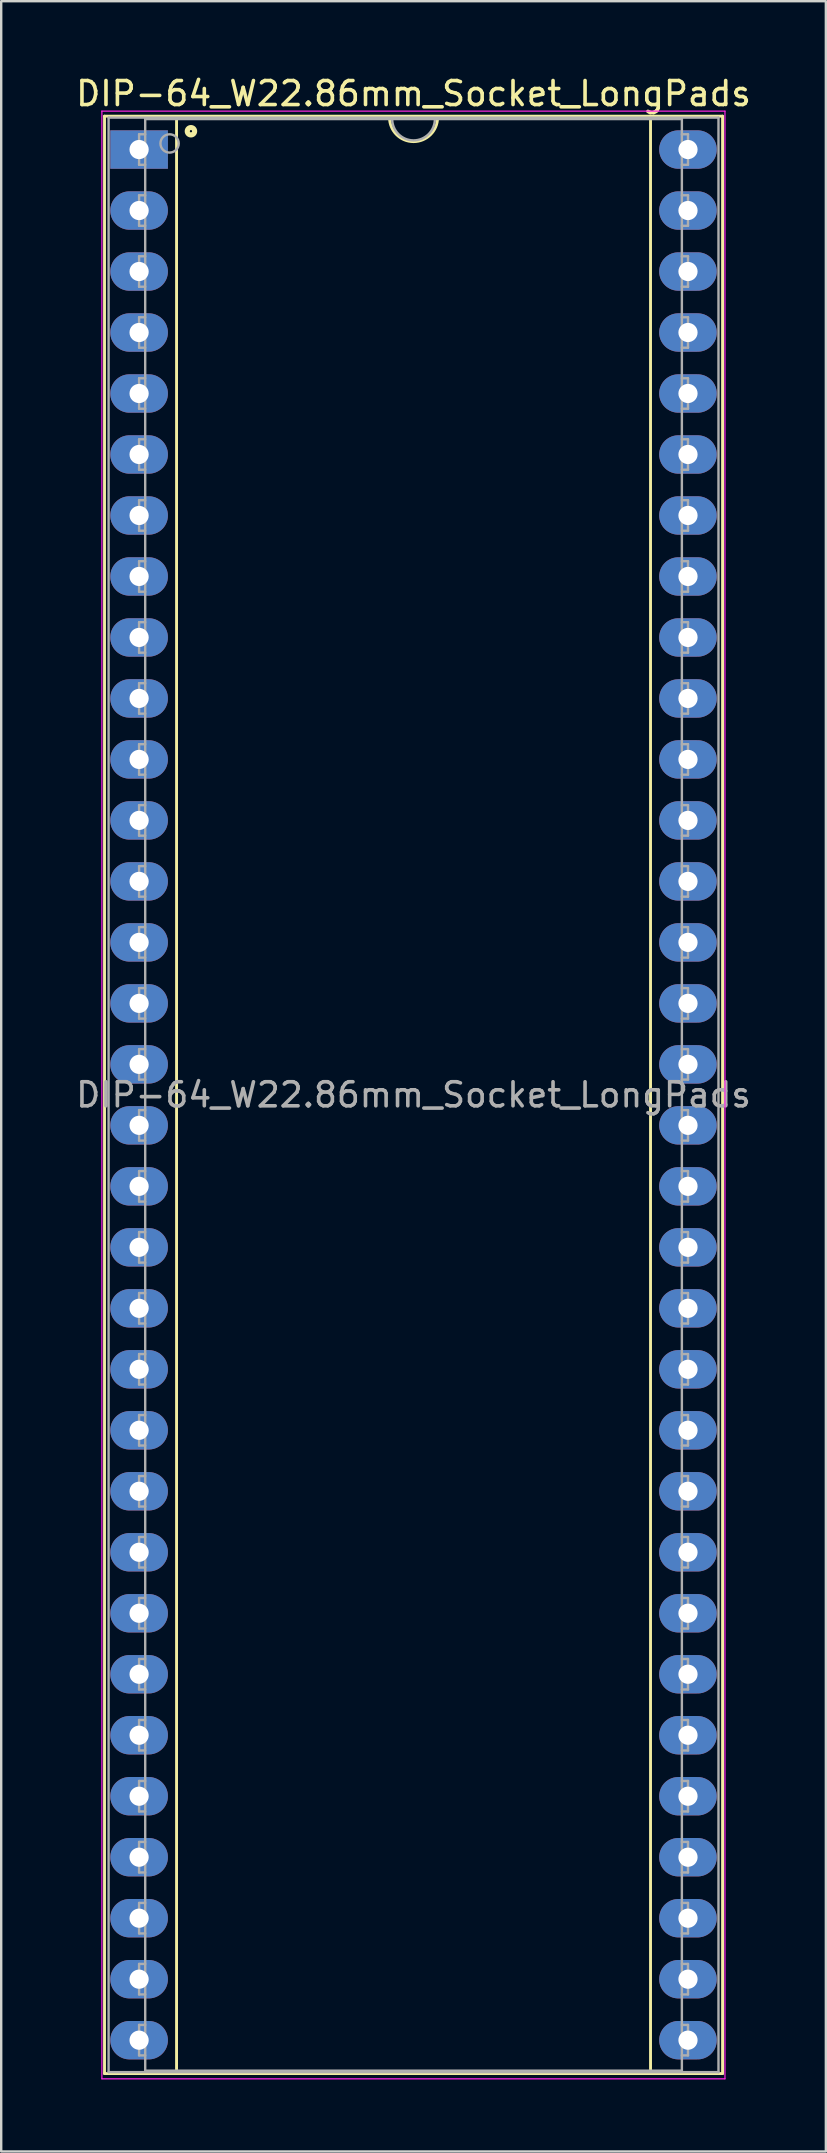
<source format=kicad_pcb>
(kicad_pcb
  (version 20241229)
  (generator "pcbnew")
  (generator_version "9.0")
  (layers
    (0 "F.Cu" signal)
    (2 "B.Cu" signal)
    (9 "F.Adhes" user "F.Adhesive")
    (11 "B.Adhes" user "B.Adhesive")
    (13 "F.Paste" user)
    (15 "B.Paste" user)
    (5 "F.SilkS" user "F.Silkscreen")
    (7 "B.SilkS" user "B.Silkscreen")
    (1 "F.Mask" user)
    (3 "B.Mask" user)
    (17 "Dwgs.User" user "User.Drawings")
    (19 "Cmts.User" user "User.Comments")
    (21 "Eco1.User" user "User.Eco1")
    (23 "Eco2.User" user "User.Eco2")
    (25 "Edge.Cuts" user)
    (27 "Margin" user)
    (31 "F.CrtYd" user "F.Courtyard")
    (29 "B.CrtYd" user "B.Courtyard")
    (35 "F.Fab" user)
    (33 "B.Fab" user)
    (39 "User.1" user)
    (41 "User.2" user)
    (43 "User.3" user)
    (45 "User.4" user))
  (footprint "DIP-64_W22.86mm_Socket_LongPads"
    (layer "F.Cu")
    (at 2.743 3.178)
    (property "Reference" "DIP-64_W22.86mm_Socket_LongPads" (at 11.43 -2.33 0) (layer "F.SilkS") (effects (font (size 1 1) (thickness 0.15))))
    (attr through_hole)
    (fp_line (start -1.44 -1.39) (end -1.44 80.13) (stroke (width 0.12) (type solid)) (layer "F.SilkS"))
    (fp_line (start -1.44 80.13) (end 24.3 80.13) (stroke (width 0.12) (type solid)) (layer "F.SilkS"))
    (fp_line (start 1.56 -1.33) (end 1.56 80.07) (stroke (width 0.12) (type solid)) (layer "F.SilkS"))
    (fp_line (start 1.56 80.07) (end 21.3 80.07) (stroke (width 0.12) (type solid)) (layer "F.SilkS"))
    (fp_line (start 10.43 -1.33) (end 1.56 -1.33) (stroke (width 0.12) (type solid)) (layer "F.SilkS"))
    (fp_line (start 21.3 -1.33) (end 12.43 -1.33) (stroke (width 0.12) (type solid)) (layer "F.SilkS"))
    (fp_line (start 21.3 80.07) (end 21.3 -1.33) (stroke (width 0.12) (type solid)) (layer "F.SilkS"))
    (fp_line (start 24.3 -1.39) (end -1.44 -1.39) (stroke (width 0.12) (type solid)) (layer "F.SilkS"))
    (fp_line (start 24.3 80.13) (end 24.3 -1.39) (stroke (width 0.12) (type solid)) (layer "F.SilkS"))
    (fp_arc (start 12.43 -1.33) (mid 11.43 -0.33) (end 10.43 -1.33) (stroke (width 0.12) (type solid)) (layer "F.SilkS"))
    (fp_circle (center 2.159 -0.762) (end 2.209 -0.762) (stroke (width 0.12) (type solid)) (fill no) (layer "F.SilkS"))
    (fp_circle (center 2.159 -0.762) (end 2.284 -0.762) (stroke (width 0.12) (type solid)) (fill no) (layer "F.SilkS"))
    (fp_circle (center 2.159 -0.762) (end 2.359 -0.762) (stroke (width 0.12) (type solid)) (fill no) (layer "F.SilkS"))
    (fp_line (start -1.55 -1.6) (end -1.55 80.35) (stroke (width 0.05) (type solid)) (layer "F.CrtYd"))
    (fp_line (start -1.55 80.35) (end 24.4 80.35) (stroke (width 0.05) (type solid)) (layer "F.CrtYd"))
    (fp_line (start 24.4 -1.6) (end -1.55 -1.6) (stroke (width 0.05) (type solid)) (layer "F.CrtYd"))
    (fp_line (start 24.4 80.35) (end 24.4 -1.6) (stroke (width 0.05) (type solid)) (layer "F.CrtYd"))
    (fp_line (start -1.27 -1.33) (end -1.27 80.07) (stroke (width 0.1) (type solid)) (layer "F.Fab"))
    (fp_line (start -1.27 80.07) (end 24.13 80.07) (stroke (width 0.1) (type solid)) (layer "F.Fab"))
    (fp_line (start 0 -0.635) (end 0 0.635) (stroke (width 0.1) (type solid)) (layer "F.Fab"))
    (fp_line (start 0 -0.635) (end 0.254 -0.635) (stroke (width 0.1) (type solid)) (layer "F.Fab"))
    (fp_line (start 0 0.635) (end 0.254 0.635) (stroke (width 0.1) (type solid)) (layer "F.Fab"))
    (fp_line (start 0 1.905) (end 0 3.175) (stroke (width 0.1) (type solid)) (layer "F.Fab"))
    (fp_line (start 0 1.905) (end 0.254 1.905) (stroke (width 0.1) (type solid)) (layer "F.Fab"))
    (fp_line (start 0 3.175) (end 0.254 3.175) (stroke (width 0.1) (type solid)) (layer "F.Fab"))
    (fp_line (start 0 4.445) (end 0 5.715) (stroke (width 0.1) (type solid)) (layer "F.Fab"))
    (fp_line (start 0 4.445) (end 0.254 4.445) (stroke (width 0.1) (type solid)) (layer "F.Fab"))
    (fp_line (start 0 5.715) (end 0.254 5.715) (stroke (width 0.1) (type solid)) (layer "F.Fab"))
    (fp_line (start 0 6.985) (end 0 8.255) (stroke (width 0.1) (type solid)) (layer "F.Fab"))
    (fp_line (start 0 6.985) (end 0.254 6.985) (stroke (width 0.1) (type solid)) (layer "F.Fab"))
    (fp_line (start 0 8.255) (end 0.254 8.255) (stroke (width 0.1) (type solid)) (layer "F.Fab"))
    (fp_line (start 0 9.525) (end 0 10.795) (stroke (width 0.1) (type solid)) (layer "F.Fab"))
    (fp_line (start 0 9.525) (end 0.254 9.525) (stroke (width 0.1) (type solid)) (layer "F.Fab"))
    (fp_line (start 0 10.795) (end 0.254 10.795) (stroke (width 0.1) (type solid)) (layer "F.Fab"))
    (fp_line (start 0 12.065) (end 0 13.335) (stroke (width 0.1) (type solid)) (layer "F.Fab"))
    (fp_line (start 0 12.065) (end 0.254 12.065) (stroke (width 0.1) (type solid)) (layer "F.Fab"))
    (fp_line (start 0 13.335) (end 0.254 13.335) (stroke (width 0.1) (type solid)) (layer "F.Fab"))
    (fp_line (start 0 14.605) (end 0 15.875) (stroke (width 0.1) (type solid)) (layer "F.Fab"))
    (fp_line (start 0 14.605) (end 0.254 14.605) (stroke (width 0.1) (type solid)) (layer "F.Fab"))
    (fp_line (start 0 15.875) (end 0.254 15.875) (stroke (width 0.1) (type solid)) (layer "F.Fab"))
    (fp_line (start 0 17.145) (end 0 18.415) (stroke (width 0.1) (type solid)) (layer "F.Fab"))
    (fp_line (start 0 17.145) (end 0.254 17.145) (stroke (width 0.1) (type solid)) (layer "F.Fab"))
    (fp_line (start 0 18.415) (end 0.254 18.415) (stroke (width 0.1) (type solid)) (layer "F.Fab"))
    (fp_line (start 0 19.685) (end 0 20.955) (stroke (width 0.1) (type solid)) (layer "F.Fab"))
    (fp_line (start 0 19.685) (end 0.254 19.685) (stroke (width 0.1) (type solid)) (layer "F.Fab"))
    (fp_line (start 0 20.955) (end 0.254 20.955) (stroke (width 0.1) (type solid)) (layer "F.Fab"))
    (fp_line (start 0 22.225) (end 0 23.495) (stroke (width 0.1) (type solid)) (layer "F.Fab"))
    (fp_line (start 0 22.225) (end 0.254 22.225) (stroke (width 0.1) (type solid)) (layer "F.Fab"))
    (fp_line (start 0 23.495) (end 0.254 23.495) (stroke (width 0.1) (type solid)) (layer "F.Fab"))
    (fp_line (start 0 24.765) (end 0 26.035) (stroke (width 0.1) (type solid)) (layer "F.Fab"))
    (fp_line (start 0 24.765) (end 0.254 24.765) (stroke (width 0.1) (type solid)) (layer "F.Fab"))
    (fp_line (start 0 26.035) (end 0.254 26.035) (stroke (width 0.1) (type solid)) (layer "F.Fab"))
    (fp_line (start 0 27.305) (end 0 28.575) (stroke (width 0.1) (type solid)) (layer "F.Fab"))
    (fp_line (start 0 27.305) (end 0.254 27.305) (stroke (width 0.1) (type solid)) (layer "F.Fab"))
    (fp_line (start 0 28.575) (end 0.254 28.575) (stroke (width 0.1) (type solid)) (layer "F.Fab"))
    (fp_line (start 0 29.845) (end 0 31.115) (stroke (width 0.1) (type solid)) (layer "F.Fab"))
    (fp_line (start 0 29.845) (end 0.254 29.845) (stroke (width 0.1) (type solid)) (layer "F.Fab"))
    (fp_line (start 0 31.115) (end 0.254 31.115) (stroke (width 0.1) (type solid)) (layer "F.Fab"))
    (fp_line (start 0 32.385) (end 0 33.655) (stroke (width 0.1) (type solid)) (layer "F.Fab"))
    (fp_line (start 0 32.385) (end 0.254 32.385) (stroke (width 0.1) (type solid)) (layer "F.Fab"))
    (fp_line (start 0 33.655) (end 0.254 33.655) (stroke (width 0.1) (type solid)) (layer "F.Fab"))
    (fp_line (start 0 34.925) (end 0 36.195) (stroke (width 0.1) (type solid)) (layer "F.Fab"))
    (fp_line (start 0 34.925) (end 0.254 34.925) (stroke (width 0.1) (type solid)) (layer "F.Fab"))
    (fp_line (start 0 36.195) (end 0.254 36.195) (stroke (width 0.1) (type solid)) (layer "F.Fab"))
    (fp_line (start 0 37.465) (end 0 38.735) (stroke (width 0.1) (type solid)) (layer "F.Fab"))
    (fp_line (start 0 37.465) (end 0.254 37.465) (stroke (width 0.1) (type solid)) (layer "F.Fab"))
    (fp_line (start 0 38.735) (end 0.254 38.735) (stroke (width 0.1) (type solid)) (layer "F.Fab"))
    (fp_line (start 0 40.005) (end 0 41.275) (stroke (width 0.1) (type solid)) (layer "F.Fab"))
    (fp_line (start 0 40.005) (end 0.254 40.005) (stroke (width 0.1) (type solid)) (layer "F.Fab"))
    (fp_line (start 0 41.275) (end 0.254 41.275) (stroke (width 0.1) (type solid)) (layer "F.Fab"))
    (fp_line (start 0 42.545) (end 0 43.815) (stroke (width 0.1) (type solid)) (layer "F.Fab"))
    (fp_line (start 0 42.545) (end 0.254 42.545) (stroke (width 0.1) (type solid)) (layer "F.Fab"))
    (fp_line (start 0 43.815) (end 0.254 43.815) (stroke (width 0.1) (type solid)) (layer "F.Fab"))
    (fp_line (start 0 45.085) (end 0 46.355) (stroke (width 0.1) (type solid)) (layer "F.Fab"))
    (fp_line (start 0 45.085) (end 0.254 45.085) (stroke (width 0.1) (type solid)) (layer "F.Fab"))
    (fp_line (start 0 46.355) (end 0.254 46.355) (stroke (width 0.1) (type solid)) (layer "F.Fab"))
    (fp_line (start 0 47.625) (end 0 48.895) (stroke (width 0.1) (type solid)) (layer "F.Fab"))
    (fp_line (start 0 47.625) (end 0.254 47.625) (stroke (width 0.1) (type solid)) (layer "F.Fab"))
    (fp_line (start 0 48.895) (end 0.254 48.895) (stroke (width 0.1) (type solid)) (layer "F.Fab"))
    (fp_line (start 0 50.165) (end 0 51.435) (stroke (width 0.1) (type solid)) (layer "F.Fab"))
    (fp_line (start 0 50.165) (end 0.254 50.165) (stroke (width 0.1) (type solid)) (layer "F.Fab"))
    (fp_line (start 0 51.435) (end 0.254 51.435) (stroke (width 0.1) (type solid)) (layer "F.Fab"))
    (fp_line (start 0 52.705) (end 0 53.975) (stroke (width 0.1) (type solid)) (layer "F.Fab"))
    (fp_line (start 0 52.705) (end 0.254 52.705) (stroke (width 0.1) (type solid)) (layer "F.Fab"))
    (fp_line (start 0 53.975) (end 0.254 53.975) (stroke (width 0.1) (type solid)) (layer "F.Fab"))
    (fp_line (start 0 55.245) (end 0 56.515) (stroke (width 0.1) (type solid)) (layer "F.Fab"))
    (fp_line (start 0 55.245) (end 0.254 55.245) (stroke (width 0.1) (type solid)) (layer "F.Fab"))
    (fp_line (start 0 56.515) (end 0.254 56.515) (stroke (width 0.1) (type solid)) (layer "F.Fab"))
    (fp_line (start 0 57.785) (end 0 59.055) (stroke (width 0.1) (type solid)) (layer "F.Fab"))
    (fp_line (start 0 57.785) (end 0.254 57.785) (stroke (width 0.1) (type solid)) (layer "F.Fab"))
    (fp_line (start 0 59.055) (end 0.254 59.055) (stroke (width 0.1) (type solid)) (layer "F.Fab"))
    (fp_line (start 0 60.325) (end 0 61.595) (stroke (width 0.1) (type solid)) (layer "F.Fab"))
    (fp_line (start 0 60.325) (end 0.254 60.325) (stroke (width 0.1) (type solid)) (layer "F.Fab"))
    (fp_line (start 0 61.595) (end 0.254 61.595) (stroke (width 0.1) (type solid)) (layer "F.Fab"))
    (fp_line (start 0 62.865) (end 0 64.135) (stroke (width 0.1) (type solid)) (layer "F.Fab"))
    (fp_line (start 0 62.865) (end 0.254 62.865) (stroke (width 0.1) (type solid)) (layer "F.Fab"))
    (fp_line (start 0 64.135) (end 0.254 64.135) (stroke (width 0.1) (type solid)) (layer "F.Fab"))
    (fp_line (start 0 65.405) (end 0 66.675) (stroke (width 0.1) (type solid)) (layer "F.Fab"))
    (fp_line (start 0 65.405) (end 0.254 65.405) (stroke (width 0.1) (type solid)) (layer "F.Fab"))
    (fp_line (start 0 66.675) (end 0.254 66.675) (stroke (width 0.1) (type solid)) (layer "F.Fab"))
    (fp_line (start 0 67.945) (end 0 69.215) (stroke (width 0.1) (type solid)) (layer "F.Fab"))
    (fp_line (start 0 67.945) (end 0.254 67.945) (stroke (width 0.1) (type solid)) (layer "F.Fab"))
    (fp_line (start 0 69.215) (end 0.254 69.215) (stroke (width 0.1) (type solid)) (layer "F.Fab"))
    (fp_line (start 0 70.485) (end 0 71.755) (stroke (width 0.1) (type solid)) (layer "F.Fab"))
    (fp_line (start 0 70.485) (end 0.254 70.485) (stroke (width 0.1) (type solid)) (layer "F.Fab"))
    (fp_line (start 0 71.755) (end 0.254 71.755) (stroke (width 0.1) (type solid)) (layer "F.Fab"))
    (fp_line (start 0 73.025) (end 0 74.295) (stroke (width 0.1) (type solid)) (layer "F.Fab"))
    (fp_line (start 0 73.025) (end 0.254 73.025) (stroke (width 0.1) (type solid)) (layer "F.Fab"))
    (fp_line (start 0 74.295) (end 0.254 74.295) (stroke (width 0.1) (type solid)) (layer "F.Fab"))
    (fp_line (start 0 75.565) (end 0 76.835) (stroke (width 0.1) (type solid)) (layer "F.Fab"))
    (fp_line (start 0 75.565) (end 0.254 75.565) (stroke (width 0.1) (type solid)) (layer "F.Fab"))
    (fp_line (start 0 76.835) (end 0.254 76.835) (stroke (width 0.1) (type solid)) (layer "F.Fab"))
    (fp_line (start 0 78.105) (end 0 79.375) (stroke (width 0.1) (type solid)) (layer "F.Fab"))
    (fp_line (start 0 78.105) (end 0.254 78.105) (stroke (width 0.1) (type solid)) (layer "F.Fab"))
    (fp_line (start 0 79.375) (end 0.254 79.375) (stroke (width 0.1) (type solid)) (layer "F.Fab"))
    (fp_line (start 0.254 -1.27) (end 22.605 -1.27) (stroke (width 0.1) (type solid)) (layer "F.Fab"))
    (fp_line (start 0.255 80.01) (end 0.254 -1.27) (stroke (width 0.1) (type solid)) (layer "F.Fab"))
    (fp_line (start 22.605 -1.27) (end 22.605 80.01) (stroke (width 0.1) (type solid)) (layer "F.Fab"))
    (fp_line (start 22.605 80.01) (end 0.255 80.01) (stroke (width 0.1) (type solid)) (layer "F.Fab"))
    (fp_line (start 22.86 -0.635) (end 22.606 -0.635) (stroke (width 0.1) (type solid)) (layer "F.Fab"))
    (fp_line (start 22.86 0.635) (end 22.606 0.635) (stroke (width 0.1) (type solid)) (layer "F.Fab"))
    (fp_line (start 22.86 0.635) (end 22.86 -0.635) (stroke (width 0.1) (type solid)) (layer "F.Fab"))
    (fp_line (start 22.86 1.905) (end 22.606 1.905) (stroke (width 0.1) (type solid)) (layer "F.Fab"))
    (fp_line (start 22.86 3.175) (end 22.606 3.175) (stroke (width 0.1) (type solid)) (layer "F.Fab"))
    (fp_line (start 22.86 3.175) (end 22.86 1.905) (stroke (width 0.1) (type solid)) (layer "F.Fab"))
    (fp_line (start 22.86 4.445) (end 22.606 4.445) (stroke (width 0.1) (type solid)) (layer "F.Fab"))
    (fp_line (start 22.86 5.715) (end 22.606 5.715) (stroke (width 0.1) (type solid)) (layer "F.Fab"))
    (fp_line (start 22.86 5.715) (end 22.86 4.445) (stroke (width 0.1) (type solid)) (layer "F.Fab"))
    (fp_line (start 22.86 6.985) (end 22.606 6.985) (stroke (width 0.1) (type solid)) (layer "F.Fab"))
    (fp_line (start 22.86 8.255) (end 22.606 8.255) (stroke (width 0.1) (type solid)) (layer "F.Fab"))
    (fp_line (start 22.86 8.255) (end 22.86 6.985) (stroke (width 0.1) (type solid)) (layer "F.Fab"))
    (fp_line (start 22.86 9.525) (end 22.606 9.525) (stroke (width 0.1) (type solid)) (layer "F.Fab"))
    (fp_line (start 22.86 10.795) (end 22.606 10.795) (stroke (width 0.1) (type solid)) (layer "F.Fab"))
    (fp_line (start 22.86 10.795) (end 22.86 9.525) (stroke (width 0.1) (type solid)) (layer "F.Fab"))
    (fp_line (start 22.86 12.065) (end 22.606 12.065) (stroke (width 0.1) (type solid)) (layer "F.Fab"))
    (fp_line (start 22.86 13.335) (end 22.606 13.335) (stroke (width 0.1) (type solid)) (layer "F.Fab"))
    (fp_line (start 22.86 13.335) (end 22.86 12.065) (stroke (width 0.1) (type solid)) (layer "F.Fab"))
    (fp_line (start 22.86 14.605) (end 22.606 14.605) (stroke (width 0.1) (type solid)) (layer "F.Fab"))
    (fp_line (start 22.86 15.875) (end 22.606 15.875) (stroke (width 0.1) (type solid)) (layer "F.Fab"))
    (fp_line (start 22.86 15.875) (end 22.86 14.605) (stroke (width 0.1) (type solid)) (layer "F.Fab"))
    (fp_line (start 22.86 17.145) (end 22.606 17.145) (stroke (width 0.1) (type solid)) (layer "F.Fab"))
    (fp_line (start 22.86 18.415) (end 22.606 18.415) (stroke (width 0.1) (type solid)) (layer "F.Fab"))
    (fp_line (start 22.86 18.415) (end 22.86 17.145) (stroke (width 0.1) (type solid)) (layer "F.Fab"))
    (fp_line (start 22.86 19.685) (end 22.606 19.685) (stroke (width 0.1) (type solid)) (layer "F.Fab"))
    (fp_line (start 22.86 20.955) (end 22.606 20.955) (stroke (width 0.1) (type solid)) (layer "F.Fab"))
    (fp_line (start 22.86 20.955) (end 22.86 19.685) (stroke (width 0.1) (type solid)) (layer "F.Fab"))
    (fp_line (start 22.86 22.225) (end 22.606 22.225) (stroke (width 0.1) (type solid)) (layer "F.Fab"))
    (fp_line (start 22.86 23.495) (end 22.606 23.495) (stroke (width 0.1) (type solid)) (layer "F.Fab"))
    (fp_line (start 22.86 23.495) (end 22.86 22.225) (stroke (width 0.1) (type solid)) (layer "F.Fab"))
    (fp_line (start 22.86 24.765) (end 22.606 24.765) (stroke (width 0.1) (type solid)) (layer "F.Fab"))
    (fp_line (start 22.86 26.035) (end 22.606 26.035) (stroke (width 0.1) (type solid)) (layer "F.Fab"))
    (fp_line (start 22.86 26.035) (end 22.86 24.765) (stroke (width 0.1) (type solid)) (layer "F.Fab"))
    (fp_line (start 22.86 27.305) (end 22.606 27.305) (stroke (width 0.1) (type solid)) (layer "F.Fab"))
    (fp_line (start 22.86 28.575) (end 22.606 28.575) (stroke (width 0.1) (type solid)) (layer "F.Fab"))
    (fp_line (start 22.86 28.575) (end 22.86 27.305) (stroke (width 0.1) (type solid)) (layer "F.Fab"))
    (fp_line (start 22.86 29.845) (end 22.606 29.845) (stroke (width 0.1) (type solid)) (layer "F.Fab"))
    (fp_line (start 22.86 31.115) (end 22.606 31.115) (stroke (width 0.1) (type solid)) (layer "F.Fab"))
    (fp_line (start 22.86 31.115) (end 22.86 29.845) (stroke (width 0.1) (type solid)) (layer "F.Fab"))
    (fp_line (start 22.86 32.385) (end 22.606 32.385) (stroke (width 0.1) (type solid)) (layer "F.Fab"))
    (fp_line (start 22.86 33.655) (end 22.606 33.655) (stroke (width 0.1) (type solid)) (layer "F.Fab"))
    (fp_line (start 22.86 33.655) (end 22.86 32.385) (stroke (width 0.1) (type solid)) (layer "F.Fab"))
    (fp_line (start 22.86 34.925) (end 22.606 34.925) (stroke (width 0.1) (type solid)) (layer "F.Fab"))
    (fp_line (start 22.86 36.195) (end 22.606 36.195) (stroke (width 0.1) (type solid)) (layer "F.Fab"))
    (fp_line (start 22.86 36.195) (end 22.86 34.925) (stroke (width 0.1) (type solid)) (layer "F.Fab"))
    (fp_line (start 22.86 37.465) (end 22.606 37.465) (stroke (width 0.1) (type solid)) (layer "F.Fab"))
    (fp_line (start 22.86 38.735) (end 22.606 38.735) (stroke (width 0.1) (type solid)) (layer "F.Fab"))
    (fp_line (start 22.86 38.735) (end 22.86 37.465) (stroke (width 0.1) (type solid)) (layer "F.Fab"))
    (fp_line (start 22.86 40.005) (end 22.606 40.005) (stroke (width 0.1) (type solid)) (layer "F.Fab"))
    (fp_line (start 22.86 41.275) (end 22.606 41.275) (stroke (width 0.1) (type solid)) (layer "F.Fab"))
    (fp_line (start 22.86 41.275) (end 22.86 40.005) (stroke (width 0.1) (type solid)) (layer "F.Fab"))
    (fp_line (start 22.86 42.545) (end 22.606 42.545) (stroke (width 0.1) (type solid)) (layer "F.Fab"))
    (fp_line (start 22.86 43.815) (end 22.606 43.815) (stroke (width 0.1) (type solid)) (layer "F.Fab"))
    (fp_line (start 22.86 43.815) (end 22.86 42.545) (stroke (width 0.1) (type solid)) (layer "F.Fab"))
    (fp_line (start 22.86 45.085) (end 22.606 45.085) (stroke (width 0.1) (type solid)) (layer "F.Fab"))
    (fp_line (start 22.86 46.355) (end 22.606 46.355) (stroke (width 0.1) (type solid)) (layer "F.Fab"))
    (fp_line (start 22.86 46.355) (end 22.86 45.085) (stroke (width 0.1) (type solid)) (layer "F.Fab"))
    (fp_line (start 22.86 47.625) (end 22.606 47.625) (stroke (width 0.1) (type solid)) (layer "F.Fab"))
    (fp_line (start 22.86 48.895) (end 22.606 48.895) (stroke (width 0.1) (type solid)) (layer "F.Fab"))
    (fp_line (start 22.86 48.895) (end 22.86 47.625) (stroke (width 0.1) (type solid)) (layer "F.Fab"))
    (fp_line (start 22.86 50.165) (end 22.606 50.165) (stroke (width 0.1) (type solid)) (layer "F.Fab"))
    (fp_line (start 22.86 51.435) (end 22.606 51.435) (stroke (width 0.1) (type solid)) (layer "F.Fab"))
    (fp_line (start 22.86 51.435) (end 22.86 50.165) (stroke (width 0.1) (type solid)) (layer "F.Fab"))
    (fp_line (start 22.86 52.705) (end 22.606 52.705) (stroke (width 0.1) (type solid)) (layer "F.Fab"))
    (fp_line (start 22.86 53.975) (end 22.606 53.975) (stroke (width 0.1) (type solid)) (layer "F.Fab"))
    (fp_line (start 22.86 53.975) (end 22.86 52.705) (stroke (width 0.1) (type solid)) (layer "F.Fab"))
    (fp_line (start 22.86 55.245) (end 22.606 55.245) (stroke (width 0.1) (type solid)) (layer "F.Fab"))
    (fp_line (start 22.86 56.515) (end 22.606 56.515) (stroke (width 0.1) (type solid)) (layer "F.Fab"))
    (fp_line (start 22.86 56.515) (end 22.86 55.245) (stroke (width 0.1) (type solid)) (layer "F.Fab"))
    (fp_line (start 22.86 57.785) (end 22.606 57.785) (stroke (width 0.1) (type solid)) (layer "F.Fab"))
    (fp_line (start 22.86 59.055) (end 22.606 59.055) (stroke (width 0.1) (type solid)) (layer "F.Fab"))
    (fp_line (start 22.86 59.055) (end 22.86 57.785) (stroke (width 0.1) (type solid)) (layer "F.Fab"))
    (fp_line (start 22.86 60.325) (end 22.606 60.325) (stroke (width 0.1) (type solid)) (layer "F.Fab"))
    (fp_line (start 22.86 61.595) (end 22.606 61.595) (stroke (width 0.1) (type solid)) (layer "F.Fab"))
    (fp_line (start 22.86 61.595) (end 22.86 60.325) (stroke (width 0.1) (type solid)) (layer "F.Fab"))
    (fp_line (start 22.86 62.865) (end 22.606 62.865) (stroke (width 0.1) (type solid)) (layer "F.Fab"))
    (fp_line (start 22.86 64.135) (end 22.606 64.135) (stroke (width 0.1) (type solid)) (layer "F.Fab"))
    (fp_line (start 22.86 64.135) (end 22.86 62.865) (stroke (width 0.1) (type solid)) (layer "F.Fab"))
    (fp_line (start 22.86 65.405) (end 22.606 65.405) (stroke (width 0.1) (type solid)) (layer "F.Fab"))
    (fp_line (start 22.86 66.675) (end 22.606 66.675) (stroke (width 0.1) (type solid)) (layer "F.Fab"))
    (fp_line (start 22.86 66.675) (end 22.86 65.405) (stroke (width 0.1) (type solid)) (layer "F.Fab"))
    (fp_line (start 22.86 67.945) (end 22.606 67.945) (stroke (width 0.1) (type solid)) (layer "F.Fab"))
    (fp_line (start 22.86 69.215) (end 22.606 69.215) (stroke (width 0.1) (type solid)) (layer "F.Fab"))
    (fp_line (start 22.86 69.215) (end 22.86 67.945) (stroke (width 0.1) (type solid)) (layer "F.Fab"))
    (fp_line (start 22.86 70.485) (end 22.606 70.485) (stroke (width 0.1) (type solid)) (layer "F.Fab"))
    (fp_line (start 22.86 71.755) (end 22.606 71.755) (stroke (width 0.1) (type solid)) (layer "F.Fab"))
    (fp_line (start 22.86 71.755) (end 22.86 70.485) (stroke (width 0.1) (type solid)) (layer "F.Fab"))
    (fp_line (start 22.86 73.025) (end 22.606 73.025) (stroke (width 0.1) (type solid)) (layer "F.Fab"))
    (fp_line (start 22.86 74.295) (end 22.606 74.295) (stroke (width 0.1) (type solid)) (layer "F.Fab"))
    (fp_line (start 22.86 74.295) (end 22.86 73.025) (stroke (width 0.1) (type solid)) (layer "F.Fab"))
    (fp_line (start 22.86 75.565) (end 22.606 75.565) (stroke (width 0.1) (type solid)) (layer "F.Fab"))
    (fp_line (start 22.86 76.835) (end 22.606 76.835) (stroke (width 0.1) (type solid)) (layer "F.Fab"))
    (fp_line (start 22.86 76.835) (end 22.86 75.565) (stroke (width 0.1) (type solid)) (layer "F.Fab"))
    (fp_line (start 22.86 78.105) (end 22.606 78.105) (stroke (width 0.1) (type solid)) (layer "F.Fab"))
    (fp_line (start 22.86 79.375) (end 22.606 79.375) (stroke (width 0.1) (type solid)) (layer "F.Fab"))
    (fp_line (start 22.86 79.375) (end 22.86 78.105) (stroke (width 0.1) (type solid)) (layer "F.Fab"))
    (fp_line (start 24.13 -1.33) (end -1.27 -1.33) (stroke (width 0.1) (type solid)) (layer "F.Fab"))
    (fp_line (start 24.13 80.07) (end 24.13 -1.33) (stroke (width 0.1) (type solid)) (layer "F.Fab"))
    (fp_arc (start 12.319 -1.27) (mid 11.43 -0.381) (end 10.541 -1.27) (stroke (width 0.1) (type solid)) (layer "F.Fab"))
    (fp_circle (center 1.27 -0.254) (end 1.651 -0.254) (stroke (width 0.1) (type solid)) (fill no) (layer "F.Fab"))
    (fp_text user "${REFERENCE}" (at 11.43 39.37 0) (layer "F.Fab") (effects (font (size 1 1) (thickness 0.15))))
    (pad "1" thru_hole rect (at 0 0) (size 2.4 1.6) (drill 0.8) (layers "*.Cu" "*.Mask"))
    (pad "2" thru_hole oval (at 0 2.54) (size 2.4 1.6) (drill 0.8) (layers "*.Cu" "*.Mask"))
    (pad "3" thru_hole oval (at 0 5.08) (size 2.4 1.6) (drill 0.8) (layers "*.Cu" "*.Mask"))
    (pad "4" thru_hole oval (at 0 7.62) (size 2.4 1.6) (drill 0.8) (layers "*.Cu" "*.Mask"))
    (pad "5" thru_hole oval (at 0 10.16) (size 2.4 1.6) (drill 0.8) (layers "*.Cu" "*.Mask"))
    (pad "6" thru_hole oval (at 0 12.7) (size 2.4 1.6) (drill 0.8) (layers "*.Cu" "*.Mask"))
    (pad "7" thru_hole oval (at 0 15.24) (size 2.4 1.6) (drill 0.8) (layers "*.Cu" "*.Mask"))
    (pad "8" thru_hole oval (at 0 17.78) (size 2.4 1.6) (drill 0.8) (layers "*.Cu" "*.Mask"))
    (pad "9" thru_hole oval (at 0 20.32) (size 2.4 1.6) (drill 0.8) (layers "*.Cu" "*.Mask"))
    (pad "10" thru_hole oval (at 0 22.86) (size 2.4 1.6) (drill 0.8) (layers "*.Cu" "*.Mask"))
    (pad "11" thru_hole oval (at 0 25.4) (size 2.4 1.6) (drill 0.8) (layers "*.Cu" "*.Mask"))
    (pad "12" thru_hole oval (at 0 27.94) (size 2.4 1.6) (drill 0.8) (layers "*.Cu" "*.Mask"))
    (pad "13" thru_hole oval (at 0 30.48) (size 2.4 1.6) (drill 0.8) (layers "*.Cu" "*.Mask"))
    (pad "14" thru_hole oval (at 0 33.02) (size 2.4 1.6) (drill 0.8) (layers "*.Cu" "*.Mask"))
    (pad "15" thru_hole oval (at 0 35.56) (size 2.4 1.6) (drill 0.8) (layers "*.Cu" "*.Mask"))
    (pad "16" thru_hole oval (at 0 38.1) (size 2.4 1.6) (drill 0.8) (layers "*.Cu" "*.Mask"))
    (pad "17" thru_hole oval (at 0 40.64) (size 2.4 1.6) (drill 0.8) (layers "*.Cu" "*.Mask"))
    (pad "18" thru_hole oval (at 0 43.18) (size 2.4 1.6) (drill 0.8) (layers "*.Cu" "*.Mask"))
    (pad "19" thru_hole oval (at 0 45.72) (size 2.4 1.6) (drill 0.8) (layers "*.Cu" "*.Mask"))
    (pad "20" thru_hole oval (at 0 48.26) (size 2.4 1.6) (drill 0.8) (layers "*.Cu" "*.Mask"))
    (pad "21" thru_hole oval (at 0 50.8) (size 2.4 1.6) (drill 0.8) (layers "*.Cu" "*.Mask"))
    (pad "22" thru_hole oval (at 0 53.34) (size 2.4 1.6) (drill 0.8) (layers "*.Cu" "*.Mask"))
    (pad "23" thru_hole oval (at 0 55.88) (size 2.4 1.6) (drill 0.8) (layers "*.Cu" "*.Mask"))
    (pad "24" thru_hole oval (at 0 58.42) (size 2.4 1.6) (drill 0.8) (layers "*.Cu" "*.Mask"))
    (pad "25" thru_hole oval (at 0 60.96) (size 2.4 1.6) (drill 0.8) (layers "*.Cu" "*.Mask"))
    (pad "26" thru_hole oval (at 0 63.5) (size 2.4 1.6) (drill 0.8) (layers "*.Cu" "*.Mask"))
    (pad "27" thru_hole oval (at 0 66.04) (size 2.4 1.6) (drill 0.8) (layers "*.Cu" "*.Mask"))
    (pad "28" thru_hole oval (at 0 68.58) (size 2.4 1.6) (drill 0.8) (layers "*.Cu" "*.Mask"))
    (pad "29" thru_hole oval (at 0 71.12) (size 2.4 1.6) (drill 0.8) (layers "*.Cu" "*.Mask"))
    (pad "30" thru_hole oval (at 0 73.66) (size 2.4 1.6) (drill 0.8) (layers "*.Cu" "*.Mask"))
    (pad "31" thru_hole oval (at 0 76.2) (size 2.4 1.6) (drill 0.8) (layers "*.Cu" "*.Mask"))
    (pad "32" thru_hole oval (at 0 78.74) (size 2.4 1.6) (drill 0.8) (layers "*.Cu" "*.Mask"))
    (pad "33" thru_hole oval (at 22.86 78.74) (size 2.4 1.6) (drill 0.8) (layers "*.Cu" "*.Mask"))
    (pad "34" thru_hole oval (at 22.86 76.2) (size 2.4 1.6) (drill 0.8) (layers "*.Cu" "*.Mask"))
    (pad "35" thru_hole oval (at 22.86 73.66) (size 2.4 1.6) (drill 0.8) (layers "*.Cu" "*.Mask"))
    (pad "36" thru_hole oval (at 22.86 71.12) (size 2.4 1.6) (drill 0.8) (layers "*.Cu" "*.Mask"))
    (pad "37" thru_hole oval (at 22.86 68.58) (size 2.4 1.6) (drill 0.8) (layers "*.Cu" "*.Mask"))
    (pad "38" thru_hole oval (at 22.86 66.04) (size 2.4 1.6) (drill 0.8) (layers "*.Cu" "*.Mask"))
    (pad "39" thru_hole oval (at 22.86 63.5) (size 2.4 1.6) (drill 0.8) (layers "*.Cu" "*.Mask"))
    (pad "40" thru_hole oval (at 22.86 60.96) (size 2.4 1.6) (drill 0.8) (layers "*.Cu" "*.Mask"))
    (pad "41" thru_hole oval (at 22.86 58.42) (size 2.4 1.6) (drill 0.8) (layers "*.Cu" "*.Mask"))
    (pad "42" thru_hole oval (at 22.86 55.88) (size 2.4 1.6) (drill 0.8) (layers "*.Cu" "*.Mask"))
    (pad "43" thru_hole oval (at 22.86 53.34) (size 2.4 1.6) (drill 0.8) (layers "*.Cu" "*.Mask"))
    (pad "44" thru_hole oval (at 22.86 50.8) (size 2.4 1.6) (drill 0.8) (layers "*.Cu" "*.Mask"))
    (pad "45" thru_hole oval (at 22.86 48.26) (size 2.4 1.6) (drill 0.8) (layers "*.Cu" "*.Mask"))
    (pad "46" thru_hole oval (at 22.86 45.72) (size 2.4 1.6) (drill 0.8) (layers "*.Cu" "*.Mask"))
    (pad "47" thru_hole oval (at 22.86 43.18) (size 2.4 1.6) (drill 0.8) (layers "*.Cu" "*.Mask"))
    (pad "48" thru_hole oval (at 22.86 40.64) (size 2.4 1.6) (drill 0.8) (layers "*.Cu" "*.Mask"))
    (pad "49" thru_hole oval (at 22.86 38.1) (size 2.4 1.6) (drill 0.8) (layers "*.Cu" "*.Mask"))
    (pad "50" thru_hole oval (at 22.86 35.56) (size 2.4 1.6) (drill 0.8) (layers "*.Cu" "*.Mask"))
    (pad "51" thru_hole oval (at 22.86 33.02) (size 2.4 1.6) (drill 0.8) (layers "*.Cu" "*.Mask"))
    (pad "52" thru_hole oval (at 22.86 30.48) (size 2.4 1.6) (drill 0.8) (layers "*.Cu" "*.Mask"))
    (pad "53" thru_hole oval (at 22.86 27.94) (size 2.4 1.6) (drill 0.8) (layers "*.Cu" "*.Mask"))
    (pad "54" thru_hole oval (at 22.86 25.4) (size 2.4 1.6) (drill 0.8) (layers "*.Cu" "*.Mask"))
    (pad "55" thru_hole oval (at 22.86 22.86) (size 2.4 1.6) (drill 0.8) (layers "*.Cu" "*.Mask"))
    (pad "56" thru_hole oval (at 22.86 20.32) (size 2.4 1.6) (drill 0.8) (layers "*.Cu" "*.Mask"))
    (pad "57" thru_hole oval (at 22.86 17.78) (size 2.4 1.6) (drill 0.8) (layers "*.Cu" "*.Mask"))
    (pad "58" thru_hole oval (at 22.86 15.24) (size 2.4 1.6) (drill 0.8) (layers "*.Cu" "*.Mask"))
    (pad "59" thru_hole oval (at 22.86 12.7) (size 2.4 1.6) (drill 0.8) (layers "*.Cu" "*.Mask"))
    (pad "60" thru_hole oval (at 22.86 10.16) (size 2.4 1.6) (drill 0.8) (layers "*.Cu" "*.Mask"))
    (pad "61" thru_hole oval (at 22.86 7.62) (size 2.4 1.6) (drill 0.8) (layers "*.Cu" "*.Mask"))
    (pad "62" thru_hole oval (at 22.86 5.08) (size 2.4 1.6) (drill 0.8) (layers "*.Cu" "*.Mask"))
    (pad "63" thru_hole oval (at 22.86 2.54) (size 2.4 1.6) (drill 0.8) (layers "*.Cu" "*.Mask"))
    (pad "64" thru_hole oval (at 22.86 0) (size 2.4 1.6) (drill 0.8) (layers "*.Cu" "*.Mask")))
  (gr_rect
    (start -3 -3)
    (end 31.345 86.553)
    (stroke (width 0.1) (type default))
    (fill no)
    (layer "Edge.Cuts")))
</source>
